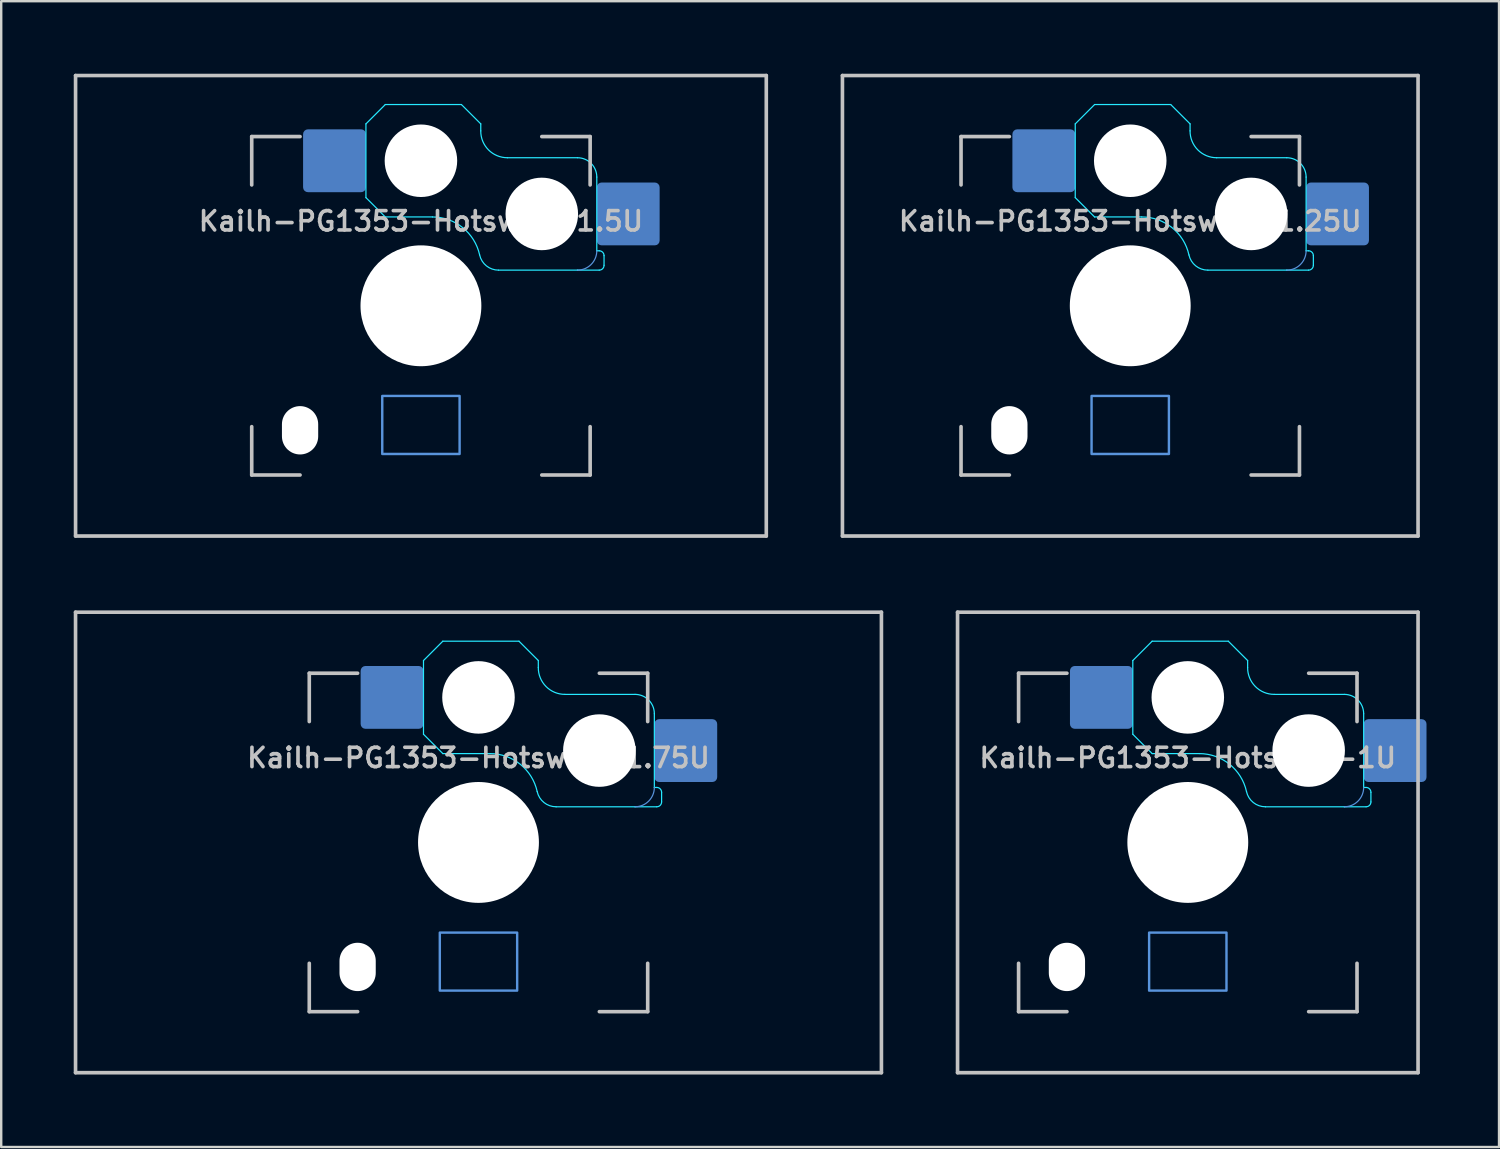
<source format=kicad_pcb>
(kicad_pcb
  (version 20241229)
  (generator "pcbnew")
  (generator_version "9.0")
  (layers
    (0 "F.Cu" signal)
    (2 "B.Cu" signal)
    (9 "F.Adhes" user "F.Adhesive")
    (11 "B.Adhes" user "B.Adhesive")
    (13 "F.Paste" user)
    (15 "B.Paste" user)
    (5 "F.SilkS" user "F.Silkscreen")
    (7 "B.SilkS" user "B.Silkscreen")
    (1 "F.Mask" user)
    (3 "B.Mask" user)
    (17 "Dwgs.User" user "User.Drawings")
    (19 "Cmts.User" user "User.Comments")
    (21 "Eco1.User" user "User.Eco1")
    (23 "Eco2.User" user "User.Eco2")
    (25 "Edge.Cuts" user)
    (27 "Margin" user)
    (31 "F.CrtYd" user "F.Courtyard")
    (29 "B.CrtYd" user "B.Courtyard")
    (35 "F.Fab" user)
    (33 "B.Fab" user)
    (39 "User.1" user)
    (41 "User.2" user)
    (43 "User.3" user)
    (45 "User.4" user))
  (footprint "Kailh-PG1353-Hotswap-1.75U"
    (layer "F.Cu")
    (at 16.744 31.8)
    (property "Reference" "Kailh-PG1353-Hotswap-1.75U" (at 0 -3.5 0) (layer "Dwgs.User") (effects (font (size 0.8 0.8) (thickness 0.15))))
    (attr smd)
    (fp_line (start -16.669 9.525) (end -16.669 -9.525) (stroke (width 0.15) (type solid)) (layer "Dwgs.User"))
    (fp_line (start -7 -7) (end -7 -5) (stroke (width 0.15) (type solid)) (layer "Dwgs.User"))
    (fp_line (start -7 5) (end -7 7) (stroke (width 0.15) (type solid)) (layer "Dwgs.User"))
    (fp_line (start -7 7) (end -5 7) (stroke (width 0.15) (type solid)) (layer "Dwgs.User"))
    (fp_line (start -5 -7) (end -7 -7) (stroke (width 0.15) (type solid)) (layer "Dwgs.User"))
    (fp_line (start 5 -7) (end 7 -7) (stroke (width 0.15) (type solid)) (layer "Dwgs.User"))
    (fp_line (start 5 7) (end 7 7) (stroke (width 0.15) (type solid)) (layer "Dwgs.User"))
    (fp_line (start 7 -7) (end 7 -5) (stroke (width 0.15) (type solid)) (layer "Dwgs.User"))
    (fp_line (start 7 7) (end 7 5) (stroke (width 0.15) (type solid)) (layer "Dwgs.User"))
    (fp_line (start 16.669 -9.525) (end -16.669 -9.525) (stroke (width 0.15) (type solid)) (layer "Dwgs.User"))
    (fp_line (start 16.669 9.525) (end -16.669 9.525) (stroke (width 0.15) (type solid)) (layer "Dwgs.User"))
    (fp_line (start 16.669 9.525) (end 16.669 -9.525) (stroke (width 0.15) (type solid)) (layer "Dwgs.User"))
    (fp_rect (start -1.6 3.73) (end 1.6 6.13) (stroke (width 0.1) (type default)) (fill no) (layer "Cmts.User"))
    (fp_arc (start 7.275 -2.274988) (mid 7.040687 -1.709304) (end 6.475 -1.475) (stroke (width 0.05) (type default)) (layer "Cmts.User"))
    (fp_line (start -2.275 -7.525) (end -2.275 -4.475) (stroke (width 0.05) (type default)) (layer "B.CrtYd"))
    (fp_line (start -2.275 -4.475) (end -1.475 -3.675) (stroke (width 0.05) (type default)) (layer "B.CrtYd"))
    (fp_line (start -1.475 -8.325) (end -2.275 -7.525) (stroke (width 0.05) (type default)) (layer "B.CrtYd"))
    (fp_line (start -1.475 -3.675) (end 0.475 -3.675) (stroke (width 0.05) (type default)) (layer "B.CrtYd"))
    (fp_line (start 1.675 -8.325) (end -1.475 -8.325) (stroke (width 0.05) (type default)) (layer "B.CrtYd"))
    (fp_line (start 2.475 -7.525) (end 1.675 -8.325) (stroke (width 0.05) (type default)) (layer "B.CrtYd"))
    (fp_line (start 2.475 -7.236) (end 2.475 -7.525) (stroke (width 0.05) (type default)) (layer "B.CrtYd"))
    (fp_line (start 3.21 -1.475) (end 6.475 -1.475) (stroke (width 0.05) (type default)) (layer "B.CrtYd"))
    (fp_line (start 6.475 -6.125) (end 3.575 -6.125) (stroke (width 0.05) (type default)) (layer "B.CrtYd"))
    (fp_line (start 7.275 -2.275) (end 7.375 -2.275) (stroke (width 0.05) (type default)) (layer "B.CrtYd"))
    (fp_line (start 7.275 -2.275) (end 7.275 -5.325) (stroke (width 0.05) (type default)) (layer "B.CrtYd"))
    (fp_line (start 7.375 -1.475) (end 6.475 -1.475) (stroke (width 0.05) (type default)) (layer "B.CrtYd"))
    (fp_line (start 7.575 -2.075) (end 7.575 -1.675) (stroke (width 0.05) (type default)) (layer "B.CrtYd"))
    (fp_arc (start 0.474999 -3.675) (mid 1.728566 -3.233387) (end 2.428542 -2.103571) (stroke (width 0.05) (type default)) (layer "B.CrtYd"))
    (fp_arc (start 3.209929 -1.475) (mid 2.708508 -1.651644) (end 2.428542 -2.103571) (stroke (width 0.05) (type default)) (layer "B.CrtYd"))
    (fp_arc (start 3.575029 -6.125) (mid 2.793161 -6.451276) (end 2.475 -7.236481) (stroke (width 0.05) (type default)) (layer "B.CrtYd"))
    (fp_arc (start 6.475029 -6.125) (mid 7.040683 -5.89068) (end 7.275 -5.325) (stroke (width 0.05) (type default)) (layer "B.CrtYd"))
    (fp_arc (start 7.375029 -2.275) (mid 7.516419 -2.216416) (end 7.575 -2.075) (stroke (width 0.05) (type default)) (layer "B.CrtYd"))
    (fp_arc (start 7.575 -1.674988) (mid 7.51642 -1.533577) (end 7.375 -1.475) (stroke (width 0.05) (type default)) (layer "B.CrtYd"))
    (pad "" np_thru_hole oval (at -5 5.15 180) (size 1.5 2) (drill oval 1.5 2) (layers "*.Cu" "*.Mask"))
    (pad "" np_thru_hole circle (at 0 -6 180) (size 3 3) (drill 3) (layers "*.Cu" "*.Mask"))
    (pad "" np_thru_hole circle (at 0 0 180) (size 5 5) (drill 5.1) (layers "*.Cu" "*.Mask"))
    (pad "" np_thru_hole circle (at 5 -3.8 180) (size 3 3) (drill 3) (layers "*.Cu" "*.Mask"))
    (pad "1" smd roundrect (at 8.575 -3.8 180) (size 2.6 2.6) (layers "B.Cu" "B.Mask" "B.Paste") (roundrect_rratio 0.077))
    (pad "2" smd roundrect (at -3.575 -6 180) (size 2.6 2.6) (layers "B.Cu" "B.Mask" "B.Paste") (roundrect_rratio 0.077)))
  (footprint "Kailh-PG1353-Hotswap-1.25U"
    (layer "F.Cu")
    (at 43.706 9.6)
    (property "Reference" "Kailh-PG1353-Hotswap-1.25U" (at 0 -3.5 0) (layer "Dwgs.User") (effects (font (size 0.8 0.8) (thickness 0.15))))
    (attr smd)
    (fp_line (start -11.906 9.525) (end -11.906 -9.525) (stroke (width 0.15) (type solid)) (layer "Dwgs.User"))
    (fp_line (start -7 -7) (end -7 -5) (stroke (width 0.15) (type solid)) (layer "Dwgs.User"))
    (fp_line (start -7 5) (end -7 7) (stroke (width 0.15) (type solid)) (layer "Dwgs.User"))
    (fp_line (start -7 7) (end -5 7) (stroke (width 0.15) (type solid)) (layer "Dwgs.User"))
    (fp_line (start -5 -7) (end -7 -7) (stroke (width 0.15) (type solid)) (layer "Dwgs.User"))
    (fp_line (start 5 -7) (end 7 -7) (stroke (width 0.15) (type solid)) (layer "Dwgs.User"))
    (fp_line (start 5 7) (end 7 7) (stroke (width 0.15) (type solid)) (layer "Dwgs.User"))
    (fp_line (start 7 -7) (end 7 -5) (stroke (width 0.15) (type solid)) (layer "Dwgs.User"))
    (fp_line (start 7 7) (end 7 5) (stroke (width 0.15) (type solid)) (layer "Dwgs.User"))
    (fp_line (start 11.906 -9.525) (end -11.906 -9.525) (stroke (width 0.15) (type solid)) (layer "Dwgs.User"))
    (fp_line (start 11.906 9.525) (end -11.906 9.525) (stroke (width 0.15) (type solid)) (layer "Dwgs.User"))
    (fp_line (start 11.906 9.525) (end 11.906 -9.525) (stroke (width 0.15) (type solid)) (layer "Dwgs.User"))
    (fp_rect (start -1.6 3.73) (end 1.6 6.13) (stroke (width 0.1) (type default)) (fill no) (layer "Cmts.User"))
    (fp_arc (start 7.275 -2.274988) (mid 7.040687 -1.709304) (end 6.475 -1.475) (stroke (width 0.05) (type default)) (layer "Cmts.User"))
    (fp_line (start -2.275 -7.525) (end -2.275 -4.475) (stroke (width 0.05) (type default)) (layer "B.CrtYd"))
    (fp_line (start -2.275 -4.475) (end -1.475 -3.675) (stroke (width 0.05) (type default)) (layer "B.CrtYd"))
    (fp_line (start -1.475 -8.325) (end -2.275 -7.525) (stroke (width 0.05) (type default)) (layer "B.CrtYd"))
    (fp_line (start -1.475 -3.675) (end 0.475 -3.675) (stroke (width 0.05) (type default)) (layer "B.CrtYd"))
    (fp_line (start 1.675 -8.325) (end -1.475 -8.325) (stroke (width 0.05) (type default)) (layer "B.CrtYd"))
    (fp_line (start 2.475 -7.525) (end 1.675 -8.325) (stroke (width 0.05) (type default)) (layer "B.CrtYd"))
    (fp_line (start 2.475 -7.236) (end 2.475 -7.525) (stroke (width 0.05) (type default)) (layer "B.CrtYd"))
    (fp_line (start 3.21 -1.475) (end 6.475 -1.475) (stroke (width 0.05) (type default)) (layer "B.CrtYd"))
    (fp_line (start 6.475 -6.125) (end 3.575 -6.125) (stroke (width 0.05) (type default)) (layer "B.CrtYd"))
    (fp_line (start 7.275 -2.275) (end 7.375 -2.275) (stroke (width 0.05) (type default)) (layer "B.CrtYd"))
    (fp_line (start 7.275 -2.275) (end 7.275 -5.325) (stroke (width 0.05) (type default)) (layer "B.CrtYd"))
    (fp_line (start 7.375 -1.475) (end 6.475 -1.475) (stroke (width 0.05) (type default)) (layer "B.CrtYd"))
    (fp_line (start 7.575 -2.075) (end 7.575 -1.675) (stroke (width 0.05) (type default)) (layer "B.CrtYd"))
    (fp_arc (start 0.474999 -3.675) (mid 1.728566 -3.233387) (end 2.428542 -2.103571) (stroke (width 0.05) (type default)) (layer "B.CrtYd"))
    (fp_arc (start 3.209929 -1.475) (mid 2.708508 -1.651644) (end 2.428542 -2.103571) (stroke (width 0.05) (type default)) (layer "B.CrtYd"))
    (fp_arc (start 3.575029 -6.125) (mid 2.793161 -6.451276) (end 2.475 -7.236481) (stroke (width 0.05) (type default)) (layer "B.CrtYd"))
    (fp_arc (start 6.475029 -6.125) (mid 7.040683 -5.89068) (end 7.275 -5.325) (stroke (width 0.05) (type default)) (layer "B.CrtYd"))
    (fp_arc (start 7.375029 -2.275) (mid 7.516419 -2.216416) (end 7.575 -2.075) (stroke (width 0.05) (type default)) (layer "B.CrtYd"))
    (fp_arc (start 7.575 -1.674988) (mid 7.51642 -1.533577) (end 7.375 -1.475) (stroke (width 0.05) (type default)) (layer "B.CrtYd"))
    (pad "" np_thru_hole oval (at -5 5.15 180) (size 1.5 2) (drill oval 1.5 2) (layers "*.Cu" "*.Mask"))
    (pad "" np_thru_hole circle (at 0 -6 180) (size 3 3) (drill 3) (layers "*.Cu" "*.Mask"))
    (pad "" np_thru_hole circle (at 0 0 180) (size 5 5) (drill 5.1) (layers "*.Cu" "*.Mask"))
    (pad "" np_thru_hole circle (at 5 -3.8 180) (size 3 3) (drill 3) (layers "*.Cu" "*.Mask"))
    (pad "1" smd roundrect (at 8.575 -3.8 180) (size 2.6 2.6) (layers "B.Cu" "B.Mask" "B.Paste") (roundrect_rratio 0.077))
    (pad "2" smd roundrect (at -3.575 -6 180) (size 2.6 2.6) (layers "B.Cu" "B.Mask" "B.Paste") (roundrect_rratio 0.077)))
  (footprint "Kailh-PG1353-Hotswap-1.5U"
    (layer "F.Cu")
    (at 14.363 9.6)
    (property "Reference" "Kailh-PG1353-Hotswap-1.5U" (at 0 -3.5 0) (layer "Dwgs.User") (effects (font (size 0.8 0.8) (thickness 0.15))))
    (attr smd)
    (fp_line (start -14.287 9.525) (end -14.287 -9.525) (stroke (width 0.15) (type solid)) (layer "Dwgs.User"))
    (fp_line (start -7 -7) (end -7 -5) (stroke (width 0.15) (type solid)) (layer "Dwgs.User"))
    (fp_line (start -7 5) (end -7 7) (stroke (width 0.15) (type solid)) (layer "Dwgs.User"))
    (fp_line (start -7 7) (end -5 7) (stroke (width 0.15) (type solid)) (layer "Dwgs.User"))
    (fp_line (start -5 -7) (end -7 -7) (stroke (width 0.15) (type solid)) (layer "Dwgs.User"))
    (fp_line (start 5 -7) (end 7 -7) (stroke (width 0.15) (type solid)) (layer "Dwgs.User"))
    (fp_line (start 5 7) (end 7 7) (stroke (width 0.15) (type solid)) (layer "Dwgs.User"))
    (fp_line (start 7 -7) (end 7 -5) (stroke (width 0.15) (type solid)) (layer "Dwgs.User"))
    (fp_line (start 7 7) (end 7 5) (stroke (width 0.15) (type solid)) (layer "Dwgs.User"))
    (fp_line (start 14.287 -9.525) (end -14.287 -9.525) (stroke (width 0.15) (type solid)) (layer "Dwgs.User"))
    (fp_line (start 14.287 9.525) (end -14.287 9.525) (stroke (width 0.15) (type solid)) (layer "Dwgs.User"))
    (fp_line (start 14.287 9.525) (end 14.287 -9.525) (stroke (width 0.15) (type solid)) (layer "Dwgs.User"))
    (fp_rect (start -1.6 3.73) (end 1.6 6.13) (stroke (width 0.1) (type default)) (fill no) (layer "Cmts.User"))
    (fp_arc (start 7.275 -2.274988) (mid 7.040687 -1.709304) (end 6.475 -1.475) (stroke (width 0.05) (type default)) (layer "Cmts.User"))
    (fp_line (start -2.275 -7.525) (end -2.275 -4.475) (stroke (width 0.05) (type default)) (layer "B.CrtYd"))
    (fp_line (start -2.275 -4.475) (end -1.475 -3.675) (stroke (width 0.05) (type default)) (layer "B.CrtYd"))
    (fp_line (start -1.475 -8.325) (end -2.275 -7.525) (stroke (width 0.05) (type default)) (layer "B.CrtYd"))
    (fp_line (start -1.475 -3.675) (end 0.475 -3.675) (stroke (width 0.05) (type default)) (layer "B.CrtYd"))
    (fp_line (start 1.675 -8.325) (end -1.475 -8.325) (stroke (width 0.05) (type default)) (layer "B.CrtYd"))
    (fp_line (start 2.475 -7.525) (end 1.675 -8.325) (stroke (width 0.05) (type default)) (layer "B.CrtYd"))
    (fp_line (start 2.475 -7.236) (end 2.475 -7.525) (stroke (width 0.05) (type default)) (layer "B.CrtYd"))
    (fp_line (start 3.21 -1.475) (end 6.475 -1.475) (stroke (width 0.05) (type default)) (layer "B.CrtYd"))
    (fp_line (start 6.475 -6.125) (end 3.575 -6.125) (stroke (width 0.05) (type default)) (layer "B.CrtYd"))
    (fp_line (start 7.275 -2.275) (end 7.375 -2.275) (stroke (width 0.05) (type default)) (layer "B.CrtYd"))
    (fp_line (start 7.275 -2.275) (end 7.275 -5.325) (stroke (width 0.05) (type default)) (layer "B.CrtYd"))
    (fp_line (start 7.375 -1.475) (end 6.475 -1.475) (stroke (width 0.05) (type default)) (layer "B.CrtYd"))
    (fp_line (start 7.575 -2.075) (end 7.575 -1.675) (stroke (width 0.05) (type default)) (layer "B.CrtYd"))
    (fp_arc (start 0.474999 -3.675) (mid 1.728566 -3.233387) (end 2.428542 -2.103571) (stroke (width 0.05) (type default)) (layer "B.CrtYd"))
    (fp_arc (start 3.209929 -1.475) (mid 2.708508 -1.651644) (end 2.428542 -2.103571) (stroke (width 0.05) (type default)) (layer "B.CrtYd"))
    (fp_arc (start 3.575029 -6.125) (mid 2.793161 -6.451276) (end 2.475 -7.236481) (stroke (width 0.05) (type default)) (layer "B.CrtYd"))
    (fp_arc (start 6.475029 -6.125) (mid 7.040683 -5.89068) (end 7.275 -5.325) (stroke (width 0.05) (type default)) (layer "B.CrtYd"))
    (fp_arc (start 7.375029 -2.275) (mid 7.516419 -2.216416) (end 7.575 -2.075) (stroke (width 0.05) (type default)) (layer "B.CrtYd"))
    (fp_arc (start 7.575 -1.674988) (mid 7.51642 -1.533577) (end 7.375 -1.475) (stroke (width 0.05) (type default)) (layer "B.CrtYd"))
    (pad "" np_thru_hole oval (at -5 5.15 180) (size 1.5 2) (drill oval 1.5 2) (layers "*.Cu" "*.Mask"))
    (pad "" np_thru_hole circle (at 0 -6 180) (size 3 3) (drill 3) (layers "*.Cu" "*.Mask"))
    (pad "" np_thru_hole circle (at 0 0 180) (size 5 5) (drill 5.1) (layers "*.Cu" "*.Mask"))
    (pad "" np_thru_hole circle (at 5 -3.8 180) (size 3 3) (drill 3) (layers "*.Cu" "*.Mask"))
    (pad "1" smd roundrect (at 8.575 -3.8 180) (size 2.6 2.6) (layers "B.Cu" "B.Mask" "B.Paste") (roundrect_rratio 0.077))
    (pad "2" smd roundrect (at -3.575 -6 180) (size 2.6 2.6) (layers "B.Cu" "B.Mask" "B.Paste") (roundrect_rratio 0.077)))
  (footprint "Kailh-PG1353-Hotswap-1U"
    (layer "F.Cu")
    (at 46.087 31.8)
    (property "Reference" "Kailh-PG1353-Hotswap-1U" (at 0 -3.5 0) (layer "Dwgs.User") (effects (font (size 0.8 0.8) (thickness 0.15))))
    (attr smd)
    (fp_line (start -9.525 9.525) (end -9.525 -9.525) (stroke (width 0.15) (type solid)) (layer "Dwgs.User"))
    (fp_line (start -7 -7) (end -7 -5) (stroke (width 0.15) (type solid)) (layer "Dwgs.User"))
    (fp_line (start -7 5) (end -7 7) (stroke (width 0.15) (type solid)) (layer "Dwgs.User"))
    (fp_line (start -7 7) (end -5 7) (stroke (width 0.15) (type solid)) (layer "Dwgs.User"))
    (fp_line (start -5 -7) (end -7 -7) (stroke (width 0.15) (type solid)) (layer "Dwgs.User"))
    (fp_line (start 5 -7) (end 7 -7) (stroke (width 0.15) (type solid)) (layer "Dwgs.User"))
    (fp_line (start 5 7) (end 7 7) (stroke (width 0.15) (type solid)) (layer "Dwgs.User"))
    (fp_line (start 7 -7) (end 7 -5) (stroke (width 0.15) (type solid)) (layer "Dwgs.User"))
    (fp_line (start 7 7) (end 7 5) (stroke (width 0.15) (type solid)) (layer "Dwgs.User"))
    (fp_line (start 9.525 -9.525) (end -9.525 -9.525) (stroke (width 0.15) (type solid)) (layer "Dwgs.User"))
    (fp_line (start 9.525 9.525) (end -9.525 9.525) (stroke (width 0.15) (type solid)) (layer "Dwgs.User"))
    (fp_line (start 9.525 9.525) (end 9.525 -9.525) (stroke (width 0.15) (type solid)) (layer "Dwgs.User"))
    (fp_rect (start -1.6 3.73) (end 1.6 6.13) (stroke (width 0.1) (type default)) (fill no) (layer "Cmts.User"))
    (fp_arc (start 7.275 -2.274988) (mid 7.040687 -1.709304) (end 6.475 -1.475) (stroke (width 0.05) (type default)) (layer "Cmts.User"))
    (fp_line (start -2.275 -7.525) (end -2.275 -4.475) (stroke (width 0.05) (type default)) (layer "B.CrtYd"))
    (fp_line (start -2.275 -4.475) (end -1.475 -3.675) (stroke (width 0.05) (type default)) (layer "B.CrtYd"))
    (fp_line (start -1.475 -8.325) (end -2.275 -7.525) (stroke (width 0.05) (type default)) (layer "B.CrtYd"))
    (fp_line (start -1.475 -3.675) (end 0.475 -3.675) (stroke (width 0.05) (type default)) (layer "B.CrtYd"))
    (fp_line (start 1.675 -8.325) (end -1.475 -8.325) (stroke (width 0.05) (type default)) (layer "B.CrtYd"))
    (fp_line (start 2.475 -7.525) (end 1.675 -8.325) (stroke (width 0.05) (type default)) (layer "B.CrtYd"))
    (fp_line (start 2.475 -7.236) (end 2.475 -7.525) (stroke (width 0.05) (type default)) (layer "B.CrtYd"))
    (fp_line (start 3.21 -1.475) (end 6.475 -1.475) (stroke (width 0.05) (type default)) (layer "B.CrtYd"))
    (fp_line (start 6.475 -6.125) (end 3.575 -6.125) (stroke (width 0.05) (type default)) (layer "B.CrtYd"))
    (fp_line (start 7.275 -2.275) (end 7.375 -2.275) (stroke (width 0.05) (type default)) (layer "B.CrtYd"))
    (fp_line (start 7.275 -2.275) (end 7.275 -5.325) (stroke (width 0.05) (type default)) (layer "B.CrtYd"))
    (fp_line (start 7.375 -1.475) (end 6.475 -1.475) (stroke (width 0.05) (type default)) (layer "B.CrtYd"))
    (fp_line (start 7.575 -2.075) (end 7.575 -1.675) (stroke (width 0.05) (type default)) (layer "B.CrtYd"))
    (fp_arc (start 0.474999 -3.675) (mid 1.728566 -3.233387) (end 2.428542 -2.103571) (stroke (width 0.05) (type default)) (layer "B.CrtYd"))
    (fp_arc (start 3.209929 -1.475) (mid 2.708508 -1.651644) (end 2.428542 -2.103571) (stroke (width 0.05) (type default)) (layer "B.CrtYd"))
    (fp_arc (start 3.575029 -6.125) (mid 2.793161 -6.451276) (end 2.475 -7.236481) (stroke (width 0.05) (type default)) (layer "B.CrtYd"))
    (fp_arc (start 6.475029 -6.125) (mid 7.040683 -5.89068) (end 7.275 -5.325) (stroke (width 0.05) (type default)) (layer "B.CrtYd"))
    (fp_arc (start 7.375029 -2.275) (mid 7.516419 -2.216416) (end 7.575 -2.075) (stroke (width 0.05) (type default)) (layer "B.CrtYd"))
    (fp_arc (start 7.575 -1.674988) (mid 7.51642 -1.533577) (end 7.375 -1.475) (stroke (width 0.05) (type default)) (layer "B.CrtYd"))
    (pad "" np_thru_hole oval (at -5 5.15 180) (size 1.5 2) (drill oval 1.5 2) (layers "*.Cu" "*.Mask"))
    (pad "" np_thru_hole circle (at 0 -6 180) (size 3 3) (drill 3) (layers "*.Cu" "*.Mask"))
    (pad "" np_thru_hole circle (at 0 0 180) (size 5 5) (drill 5.1) (layers "*.Cu" "*.Mask"))
    (pad "" np_thru_hole circle (at 5 -3.8 180) (size 3 3) (drill 3) (layers "*.Cu" "*.Mask"))
    (pad "1" smd roundrect (at 8.575 -3.8 180) (size 2.6 2.6) (layers "B.Cu" "B.Mask" "B.Paste") (roundrect_rratio 0.077))
    (pad "2" smd roundrect (at -3.575 -6 180) (size 2.6 2.6) (layers "B.Cu" "B.Mask" "B.Paste") (roundrect_rratio 0.077)))
  (gr_rect
    (start -3 -3)
    (end 58.962 44.4)
    (stroke (width 0.1) (type default))
    (fill no)
    (layer "Edge.Cuts")))
</source>
